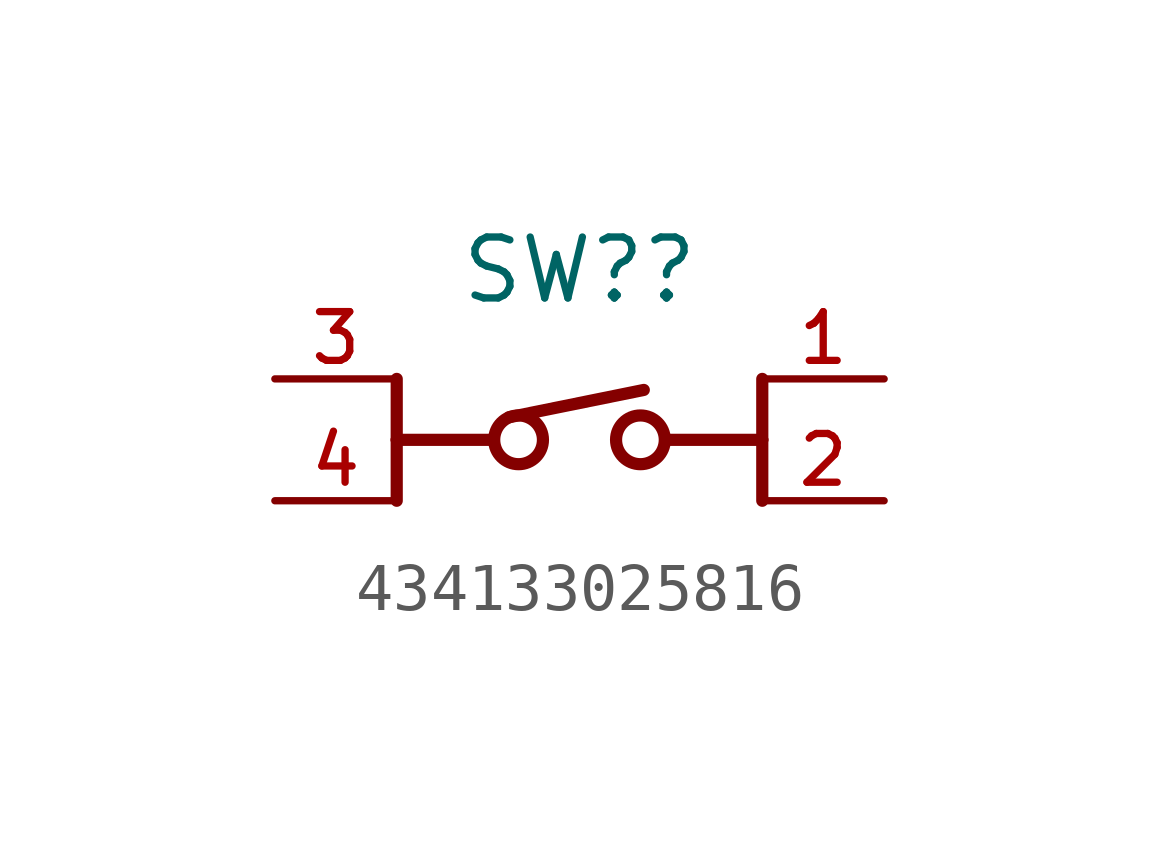
<source format=kicad_sym>
(kicad_symbol_lib
  (version 20231120)
  (generator "kicad_symbol_editor")
  (generator_version "8.0")
  (symbol "434133025816"
    (pin_names
      (offset 1.016))
    (property "Reference" "SW?"
      (at 6.35 0.254 0)
      (effects (font (size 1.27 1.27)) (justify bottom)))
    (symbol "434133025816_0_0"
      (polyline (pts (xy 2.54 -2.54) (xy 2.54 -3.81)) (stroke (width 0.254) (type default)) (fill (type none)))
      (polyline (pts (xy 2.54 -1.27) (xy 2.54 -2.54)) (stroke (width 0.254) (type default)) (fill (type none)))
      (polyline (pts (xy 4.545 -2.54) (xy 2.54 -2.54)) (stroke (width 0.254) (type default)) (fill (type none)))
      (polyline (pts (xy 4.88 -2.07) (xy 7.69 -1.5)) (stroke (width 0.254) (type default)) (fill (type none)))
      (polyline (pts (xy 8.155 -2.54) (xy 10.16 -2.54)) (stroke (width 0.254) (type default)) (fill (type none)))
      (polyline (pts (xy 10.16 -2.54) (xy 10.16 -3.81)) (stroke (width 0.254) (type default)) (fill (type none)))
      (polyline (pts (xy 10.16 -1.27) (xy 10.16 -2.54)) (stroke (width 0.254) (type default)) (fill (type none)))
      (circle (center 5.08 -2.54) (radius 0.508) (stroke (width 0.254) (type default)) (fill (type none)))
      (circle (center 7.62 -2.54) (radius 0.508) (stroke (width 0.254) (type default)) (fill (type none)))
      (pin passive line (at 12.7 -1.27 180) (length 2.54) (name "~" (effects (font (size 1.016 1.016)))) (number "1" (effects (font (size 1.016 1.016)))))
      (pin passive line (at 12.7 -3.81 180) (length 2.54) (name "~" (effects (font (size 1.016 1.016)))) (number "2" (effects (font (size 1.016 1.016)))))
      (pin passive line (at 0 -1.27 0) (length 2.54) (name "~" (effects (font (size 1.016 1.016)))) (number "3" (effects (font (size 1.016 1.016)))))
      (pin passive line (at 0 -3.81 0) (length 2.54) (name "~" (effects (font (size 1.016 1.016)))) (number "4" (effects (font (size 1.016 1.016))))))))
</source>
